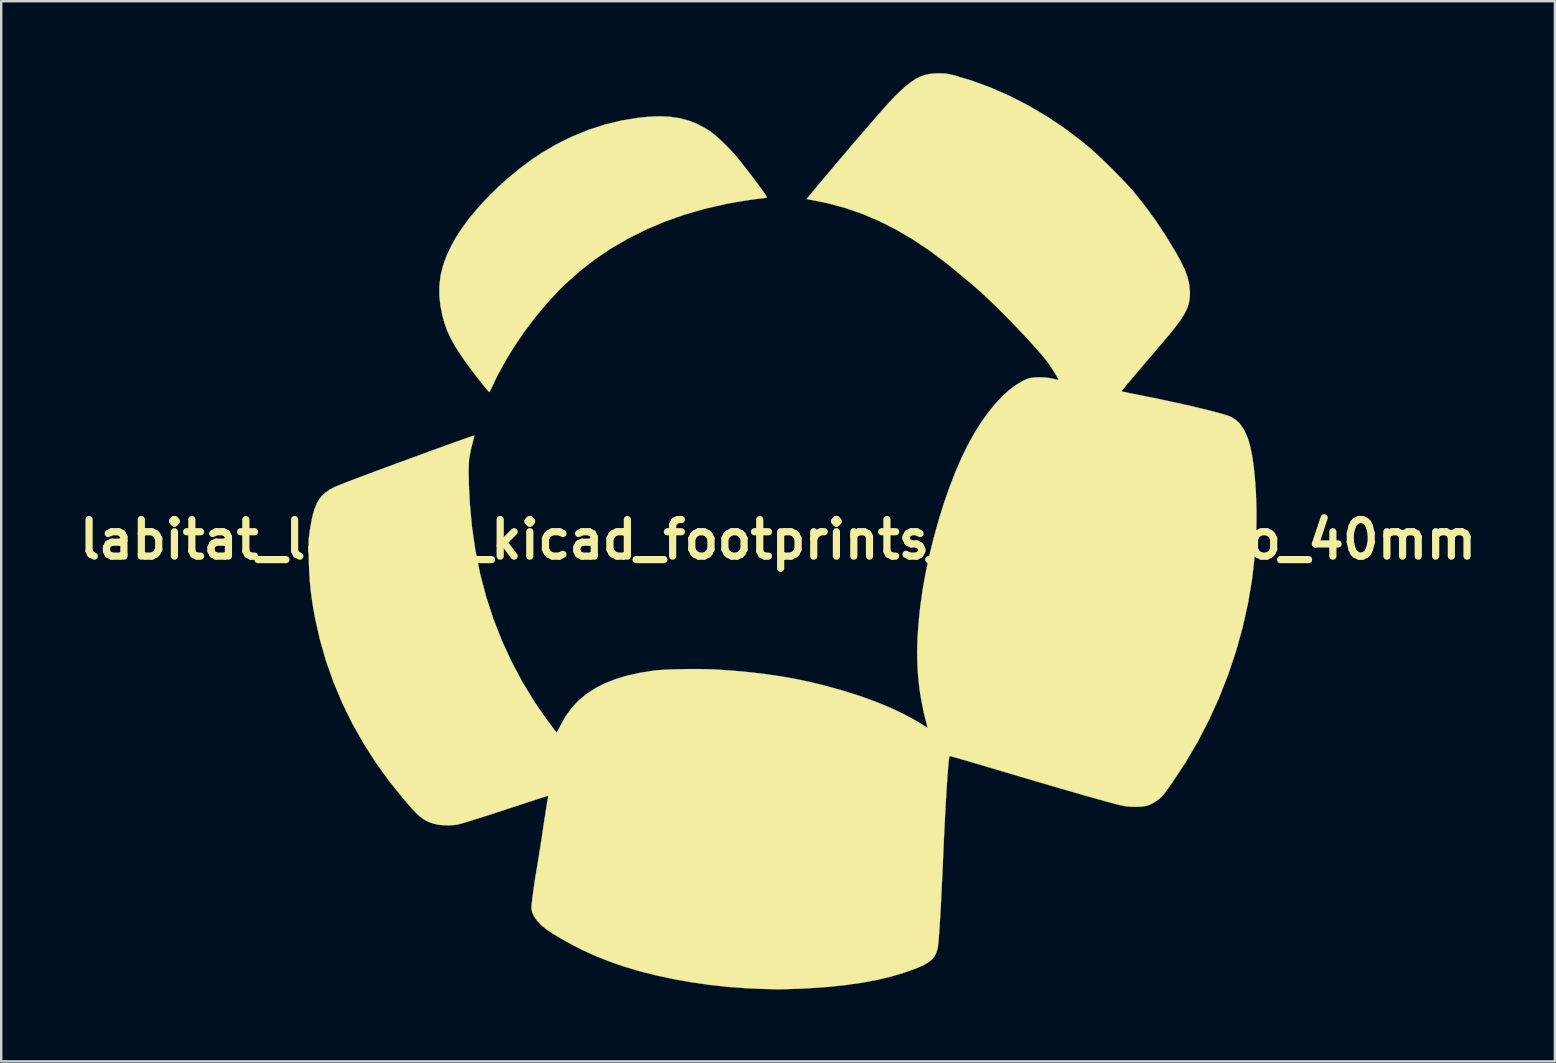
<source format=kicad_pcb>
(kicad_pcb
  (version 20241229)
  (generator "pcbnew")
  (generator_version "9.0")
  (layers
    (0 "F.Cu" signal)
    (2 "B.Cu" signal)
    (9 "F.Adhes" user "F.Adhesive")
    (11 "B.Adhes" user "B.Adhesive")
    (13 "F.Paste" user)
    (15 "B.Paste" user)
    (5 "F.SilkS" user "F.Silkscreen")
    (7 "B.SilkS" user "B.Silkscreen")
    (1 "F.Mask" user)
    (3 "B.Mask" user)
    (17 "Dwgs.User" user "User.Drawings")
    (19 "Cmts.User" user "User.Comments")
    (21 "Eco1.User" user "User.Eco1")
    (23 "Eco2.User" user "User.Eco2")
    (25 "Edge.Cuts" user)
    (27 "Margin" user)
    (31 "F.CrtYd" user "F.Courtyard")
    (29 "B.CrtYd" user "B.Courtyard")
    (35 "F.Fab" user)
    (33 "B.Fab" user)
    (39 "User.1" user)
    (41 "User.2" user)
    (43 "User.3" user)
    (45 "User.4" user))
  (footprint "labitat_labitat_kicad_footprints_labitat_logo_40mm"
    (layer "F.Cu")
    (at 29.362 19.428)
    (property "Reference" "labitat_labitat_kicad_footprints_labitat_logo_40mm" (at 0 0 0) (layer "F.SilkS") (effects (font (size 1.524 1.524) (thickness 0.3))))
    (attr through_hole)
    (fp_poly (pts (xy -4.489 -17.612) (xy -4.093 -17.553) (xy -3.721 -17.454) (xy -3.363 -17.312) (xy -3.014 -17.126) (xy -2.862 -17.03) (xy -2.724 -16.929) (xy -2.561 -16.793) (xy -2.381 -16.63) (xy -2.193 -16.448) (xy -2.006 -16.257) (xy -1.828 -16.066) (xy -1.669 -15.882) (xy -1.62 -15.821) (xy -1.456 -15.613) (xy -1.293 -15.404) (xy -1.134 -15.199) (xy -0.985 -15.001) (xy -0.847 -14.817) (xy -0.725 -14.65) (xy -0.621 -14.506) (xy -0.541 -14.389) (xy -0.486 -14.305) (xy -0.461 -14.257) (xy -0.461 -14.249) (xy -0.504 -14.238) (xy -0.586 -14.225) (xy -0.689 -14.213) (xy -0.691 -14.213) (xy -0.833 -14.197) (xy -1.017 -14.172) (xy -1.23 -14.141) (xy -1.459 -14.106) (xy -1.69 -14.068) (xy -1.911 -14.03) (xy -2.109 -13.993) (xy -2.173 -13.981) (xy -3.052 -13.78) (xy -3.9 -13.535) (xy -4.717 -13.246) (xy -5.501 -12.914) (xy -6.25 -12.539) (xy -6.965 -12.122) (xy -7.643 -11.663) (xy -8.284 -11.164) (xy -8.885 -10.624) (xy -9.159 -10.353) (xy -9.649 -9.821) (xy -10.121 -9.253) (xy -10.569 -8.659) (xy -10.985 -8.048) (xy -11.365 -7.429) (xy -11.7 -6.811) (xy -11.882 -6.435) (xy -11.935 -6.321) (xy -11.98 -6.227) (xy -12.012 -6.164) (xy -12.024 -6.144) (xy -12.045 -6.16) (xy -12.096 -6.215) (xy -12.172 -6.303) (xy -12.268 -6.42) (xy -12.381 -6.56) (xy -12.504 -6.717) (xy -12.512 -6.727) (xy -12.787 -7.087) (xy -13.026 -7.413) (xy -13.232 -7.709) (xy -13.407 -7.982) (xy -13.556 -8.237) (xy -13.681 -8.479) (xy -13.785 -8.715) (xy -13.872 -8.95) (xy -13.945 -9.19) (xy -13.968 -9.278) (xy -14.062 -9.727) (xy -14.109 -10.16) (xy -14.108 -10.58) (xy -14.058 -10.995) (xy -13.958 -11.408) (xy -13.807 -11.826) (xy -13.605 -12.254) (xy -13.427 -12.573) (xy -13.161 -12.983) (xy -12.848 -13.404) (xy -12.493 -13.828) (xy -12.102 -14.251) (xy -11.683 -14.664) (xy -11.242 -15.063) (xy -10.784 -15.441) (xy -10.316 -15.792) (xy -9.85 -16.106) (xy -9.218 -16.475) (xy -8.566 -16.796) (xy -7.896 -17.068) (xy -7.213 -17.289) (xy -6.522 -17.457) (xy -5.827 -17.571) (xy -5.375 -17.616) (xy -4.914 -17.633) (xy -4.489 -17.612)) (stroke (width 0.01) (type solid)) (fill yes) (layer "F.SilkS"))
    (fp_poly (pts (xy 6.846 -19.421) (xy 6.975 -19.412) (xy 7.099 -19.394) (xy 7.239 -19.363) (xy 7.352 -19.334) (xy 8.13 -19.099) (xy 8.906 -18.81) (xy 9.675 -18.47) (xy 10.433 -18.08) (xy 11.175 -17.643) (xy 11.897 -17.162) (xy 12.594 -16.638) (xy 13.025 -16.283) (xy 13.178 -16.147) (xy 13.361 -15.977) (xy 13.564 -15.783) (xy 13.78 -15.572) (xy 13.999 -15.354) (xy 14.213 -15.136) (xy 14.415 -14.927) (xy 14.595 -14.735) (xy 14.745 -14.569) (xy 14.8 -14.506) (xy 15.269 -13.925) (xy 15.727 -13.297) (xy 16.169 -12.63) (xy 16.588 -11.931) (xy 16.758 -11.627) (xy 16.933 -11.272) (xy 17.058 -10.934) (xy 17.132 -10.612) (xy 17.159 -10.301) (xy 17.159 -10.286) (xy 17.154 -10.121) (xy 17.136 -9.965) (xy 17.104 -9.814) (xy 17.054 -9.662) (xy 16.983 -9.504) (xy 16.889 -9.335) (xy 16.769 -9.15) (xy 16.62 -8.945) (xy 16.44 -8.714) (xy 16.225 -8.452) (xy 15.994 -8.179) (xy 15.697 -7.831) (xy 15.435 -7.524) (xy 15.206 -7.256) (xy 15.008 -7.023) (xy 14.839 -6.824) (xy 14.698 -6.656) (xy 14.582 -6.518) (xy 14.489 -6.406) (xy 14.418 -6.319) (xy 14.367 -6.255) (xy 14.333 -6.21) (xy 14.315 -6.184) (xy 14.311 -6.173) (xy 14.312 -6.172) (xy 14.341 -6.165) (xy 14.419 -6.149) (xy 14.539 -6.124) (xy 14.695 -6.092) (xy 14.88 -6.055) (xy 15.087 -6.013) (xy 15.226 -5.986) (xy 15.66 -5.898) (xy 16.084 -5.81) (xy 16.493 -5.722) (xy 16.885 -5.635) (xy 17.255 -5.551) (xy 17.598 -5.469) (xy 17.911 -5.393) (xy 18.19 -5.321) (xy 18.43 -5.256) (xy 18.627 -5.198) (xy 18.778 -5.148) (xy 18.879 -5.107) (xy 18.89 -5.102) (xy 19.088 -4.972) (xy 19.257 -4.803) (xy 19.403 -4.592) (xy 19.527 -4.334) (xy 19.598 -4.14) (xy 19.67 -3.88) (xy 19.735 -3.571) (xy 19.791 -3.219) (xy 19.839 -2.83) (xy 19.877 -2.41) (xy 19.906 -1.967) (xy 19.924 -1.506) (xy 19.931 -1.034) (xy 19.927 -0.557) (xy 19.922 -0.353) (xy 19.861 0.656) (xy 19.745 1.663) (xy 19.576 2.667) (xy 19.353 3.663) (xy 19.079 4.649) (xy 18.754 5.619) (xy 18.38 6.572) (xy 17.958 7.504) (xy 17.488 8.411) (xy 16.973 9.289) (xy 16.413 10.136) (xy 16.31 10.282) (xy 16.194 10.443) (xy 16.102 10.567) (xy 16.027 10.66) (xy 15.961 10.731) (xy 15.898 10.789) (xy 15.83 10.842) (xy 15.774 10.881) (xy 15.615 10.981) (xy 15.469 11.052) (xy 15.32 11.097) (xy 15.153 11.123) (xy 14.952 11.132) (xy 14.873 11.132) (xy 14.688 11.128) (xy 14.535 11.116) (xy 14.391 11.094) (xy 14.23 11.058) (xy 14.216 11.055) (xy 14.018 11.004) (xy 13.768 10.937) (xy 13.467 10.854) (xy 13.118 10.756) (xy 12.722 10.644) (xy 12.282 10.518) (xy 11.799 10.378) (xy 11.276 10.225) (xy 10.713 10.06) (xy 10.113 9.883) (xy 9.478 9.695) (xy 8.809 9.496) (xy 8.568 9.424) (xy 8.297 9.343) (xy 8.043 9.268) (xy 7.81 9.2) (xy 7.605 9.141) (xy 7.431 9.091) (xy 7.294 9.053) (xy 7.199 9.027) (xy 7.151 9.016) (xy 7.146 9.016) (xy 7.134 9.055) (xy 7.12 9.146) (xy 7.104 9.288) (xy 7.087 9.477) (xy 7.069 9.71) (xy 7.049 9.983) (xy 7.028 10.294) (xy 7.007 10.638) (xy 6.985 11.014) (xy 6.963 11.418) (xy 6.941 11.846) (xy 6.919 12.296) (xy 6.898 12.764) (xy 6.886 13.025) (xy 6.859 13.63) (xy 6.834 14.18) (xy 6.81 14.678) (xy 6.788 15.124) (xy 6.767 15.52) (xy 6.747 15.867) (xy 6.728 16.169) (xy 6.71 16.425) (xy 6.693 16.638) (xy 6.677 16.81) (xy 6.662 16.941) (xy 6.647 17.034) (xy 6.643 17.054) (xy 6.591 17.222) (xy 6.515 17.367) (xy 6.409 17.495) (xy 6.266 17.61) (xy 6.081 17.718) (xy 5.847 17.825) (xy 5.757 17.862) (xy 5.242 18.046) (xy 4.69 18.208) (xy 4.099 18.348) (xy 3.467 18.465) (xy 2.791 18.561) (xy 2.068 18.636) (xy 1.297 18.69) (xy 0.861 18.711) (xy 0.653 18.718) (xy 0.451 18.725) (xy 0.267 18.73) (xy 0.11 18.733) (xy -0.008 18.734) (xy -0.056 18.733) (xy -0.177 18.73) (xy -0.33 18.726) (xy -0.493 18.723) (xy -0.593 18.72) (xy -1.345 18.69) (xy -2.109 18.632) (xy -2.874 18.547) (xy -3.634 18.438) (xy -4.378 18.305) (xy -5.1 18.15) (xy -5.789 17.975) (xy -6.438 17.78) (xy -6.787 17.661) (xy -7.259 17.485) (xy -7.696 17.305) (xy -8.115 17.114) (xy -8.53 16.904) (xy -8.956 16.669) (xy -9.407 16.401) (xy -9.412 16.398) (xy -9.664 16.227) (xy -9.877 16.049) (xy -10.047 15.866) (xy -10.172 15.684) (xy -10.249 15.505) (xy -10.273 15.343) (xy -10.268 15.255) (xy -10.255 15.119) (xy -10.235 14.944) (xy -10.208 14.739) (xy -10.177 14.513) (xy -10.142 14.272) (xy -10.104 14.026) (xy -10.064 13.784) (xy -10.046 13.679) (xy -10.013 13.48) (xy -9.973 13.239) (xy -9.93 12.969) (xy -9.886 12.686) (xy -9.842 12.403) (xy -9.802 12.134) (xy -9.794 12.079) (xy -9.759 11.843) (xy -9.724 11.615) (xy -9.692 11.403) (xy -9.662 11.216) (xy -9.638 11.063) (xy -9.619 10.951) (xy -9.611 10.91) (xy -9.592 10.805) (xy -9.58 10.724) (xy -9.576 10.681) (xy -9.576 10.678) (xy -9.58 10.677) (xy -9.591 10.678) (xy -9.61 10.682) (xy -9.644 10.692) (xy -9.694 10.707) (xy -9.764 10.729) (xy -9.858 10.759) (xy -9.98 10.798) (xy -10.132 10.848) (xy -10.319 10.909) (xy -10.544 10.982) (xy -10.81 11.069) (xy -11.121 11.172) (xy -11.481 11.29) (xy -11.66 11.348) (xy -11.943 11.441) (xy -12.217 11.529) (xy -12.475 11.611) (xy -12.712 11.685) (xy -12.922 11.75) (xy -13.099 11.803) (xy -13.237 11.842) (xy -13.329 11.867) (xy -13.353 11.872) (xy -13.541 11.896) (xy -13.751 11.904) (xy -13.966 11.897) (xy -14.166 11.876) (xy -14.33 11.84) (xy -14.337 11.838) (xy -14.478 11.791) (xy -14.605 11.739) (xy -14.722 11.677) (xy -14.837 11.601) (xy -14.955 11.504) (xy -15.084 11.382) (xy -15.229 11.23) (xy -15.397 11.042) (xy -15.561 10.851) (xy -16.18 10.088) (xy -16.749 9.3) (xy -17.268 8.49) (xy -17.737 7.659) (xy -18.154 6.808) (xy -18.519 5.939) (xy -18.831 5.054) (xy -19.089 4.153) (xy -19.293 3.239) (xy -19.359 2.873) (xy -19.422 2.474) (xy -19.47 2.1) (xy -19.505 1.731) (xy -19.53 1.351) (xy -19.546 0.94) (xy -19.55 0.762) (xy -19.554 0.526) (xy -19.556 0.336) (xy -19.556 0.181) (xy -19.552 0.051) (xy -19.544 -0.066) (xy -19.533 -0.179) (xy -19.517 -0.299) (xy -19.503 -0.391) (xy -19.445 -0.738) (xy -19.38 -1.035) (xy -19.305 -1.286) (xy -19.218 -1.499) (xy -19.115 -1.679) (xy -18.993 -1.832) (xy -18.849 -1.963) (xy -18.679 -2.079) (xy -18.506 -2.172) (xy -18.428 -2.208) (xy -18.311 -2.257) (xy -18.155 -2.32) (xy -17.958 -2.397) (xy -17.719 -2.489) (xy -17.437 -2.596) (xy -17.111 -2.718) (xy -16.74 -2.857) (xy -16.321 -3.012) (xy -15.855 -3.183) (xy -15.339 -3.372) (xy -14.774 -3.579) (xy -14.157 -3.804) (xy -13.86 -3.912) (xy -13.614 -4.002) (xy -13.384 -4.084) (xy -13.176 -4.159) (xy -12.995 -4.222) (xy -12.848 -4.274) (xy -12.738 -4.311) (xy -12.672 -4.333) (xy -12.653 -4.337) (xy -12.656 -4.308) (xy -12.672 -4.234) (xy -12.699 -4.127) (xy -12.733 -3.997) (xy -12.74 -3.97) (xy -12.783 -3.801) (xy -12.822 -3.617) (xy -12.854 -3.443) (xy -12.871 -3.324) (xy -12.883 -3.159) (xy -12.889 -2.945) (xy -12.889 -2.687) (xy -12.882 -2.391) (xy -12.87 -2.065) (xy -12.852 -1.713) (xy -12.839 -1.496) (xy -12.747 -0.495) (xy -12.602 0.487) (xy -12.406 1.449) (xy -12.157 2.39) (xy -11.857 3.309) (xy -11.506 4.206) (xy -11.104 5.08) (xy -10.651 5.93) (xy -10.148 6.754) (xy -10.089 6.844) (xy -10 6.976) (xy -9.899 7.123) (xy -9.79 7.278) (xy -9.678 7.434) (xy -9.569 7.586) (xy -9.465 7.726) (xy -9.374 7.848) (xy -9.299 7.946) (xy -9.245 8.011) (xy -9.218 8.039) (xy -9.215 8.039) (xy -9.199 8.012) (xy -9.164 7.943) (xy -9.113 7.845) (xy -9.053 7.725) (xy -9.047 7.714) (xy -8.837 7.344) (xy -8.591 7.009) (xy -8.31 6.707) (xy -7.99 6.439) (xy -7.631 6.202) (xy -7.23 5.996) (xy -6.786 5.819) (xy -6.297 5.671) (xy -5.761 5.551) (xy -5.193 5.46) (xy -5.031 5.443) (xy -4.822 5.428) (xy -4.576 5.416) (xy -4.303 5.406) (xy -4.011 5.399) (xy -3.712 5.395) (xy -3.413 5.394) (xy -3.126 5.396) (xy -2.859 5.402) (xy -2.622 5.411) (xy -2.539 5.416) (xy -1.815 5.468) (xy -1.137 5.531) (xy -0.497 5.607) (xy 0.116 5.697) (xy 0.709 5.802) (xy 1.292 5.924) (xy 1.845 6.057) (xy 2.62 6.268) (xy 3.348 6.496) (xy 4.028 6.738) (xy 4.657 6.996) (xy 5.235 7.268) (xy 5.76 7.554) (xy 6.011 7.708) (xy 6.105 7.767) (xy 6.179 7.811) (xy 6.222 7.835) (xy 6.228 7.836) (xy 6.223 7.808) (xy 6.206 7.739) (xy 6.18 7.64) (xy 6.166 7.589) (xy 6.118 7.404) (xy 6.067 7.18) (xy 6.015 6.932) (xy 5.967 6.678) (xy 5.924 6.434) (xy 5.892 6.216) (xy 5.887 6.181) (xy 5.834 5.679) (xy 5.804 5.171) (xy 5.796 4.648) (xy 5.811 4.103) (xy 5.85 3.526) (xy 5.911 2.908) (xy 5.93 2.752) (xy 6.026 2.075) (xy 6.152 1.372) (xy 6.306 0.653) (xy 6.485 -0.072) (xy 6.686 -0.792) (xy 6.905 -1.497) (xy 7.141 -2.176) (xy 7.39 -2.82) (xy 7.642 -3.401) (xy 7.895 -3.919) (xy 8.162 -4.403) (xy 8.441 -4.851) (xy 8.728 -5.26) (xy 9.023 -5.627) (xy 9.323 -5.95) (xy 9.625 -6.226) (xy 9.928 -6.452) (xy 10.23 -6.626) (xy 10.384 -6.694) (xy 10.52 -6.732) (xy 10.696 -6.754) (xy 10.895 -6.762) (xy 11.101 -6.754) (xy 11.3 -6.732) (xy 11.465 -6.698) (xy 11.566 -6.672) (xy 11.643 -6.657) (xy 11.682 -6.655) (xy 11.684 -6.658) (xy 11.669 -6.696) (xy 11.629 -6.771) (xy 11.57 -6.872) (xy 11.497 -6.99) (xy 11.419 -7.114) (xy 11.34 -7.233) (xy 11.267 -7.339) (xy 11.223 -7.4) (xy 11.078 -7.582) (xy 10.897 -7.797) (xy 10.685 -8.038) (xy 10.448 -8.299) (xy 10.192 -8.575) (xy 9.921 -8.86) (xy 9.642 -9.148) (xy 9.361 -9.433) (xy 9.082 -9.709) (xy 8.812 -9.97) (xy 8.555 -10.211) (xy 8.405 -10.348) (xy 8.302 -10.439) (xy 8.164 -10.558) (xy 8 -10.698) (xy 7.819 -10.85) (xy 7.63 -11.008) (xy 7.442 -11.164) (xy 7.265 -11.31) (xy 7.106 -11.439) (xy 6.975 -11.543) (xy 6.971 -11.546) (xy 6.281 -12.061) (xy 5.59 -12.52) (xy 4.897 -12.925) (xy 4.2 -13.275) (xy 3.497 -13.573) (xy 2.786 -13.818) (xy 2.066 -14.012) (xy 1.545 -14.119) (xy 1.184 -14.184) (xy 1.36 -14.395) (xy 1.694 -14.794) (xy 2.024 -15.188) (xy 2.35 -15.574) (xy 2.667 -15.949) (xy 2.974 -16.31) (xy 3.268 -16.654) (xy 3.546 -16.978) (xy 3.807 -17.279) (xy 4.046 -17.555) (xy 4.263 -17.802) (xy 4.454 -18.017) (xy 4.616 -18.198) (xy 4.749 -18.342) (xy 4.848 -18.445) (xy 4.855 -18.453) (xy 5.107 -18.696) (xy 5.331 -18.898) (xy 5.537 -19.06) (xy 5.73 -19.188) (xy 5.917 -19.283) (xy 6.105 -19.351) (xy 6.301 -19.395) (xy 6.511 -19.417) (xy 6.689 -19.423) (xy 6.846 -19.421)) (stroke (width 0.01) (type solid)) (fill yes) (layer "F.SilkS")))
  (gr_rect
    (start -3 -3)
    (end 61.725 41.166)
    (stroke (width 0.1) (type default))
    (fill no)
    (layer "Edge.Cuts")))
</source>
